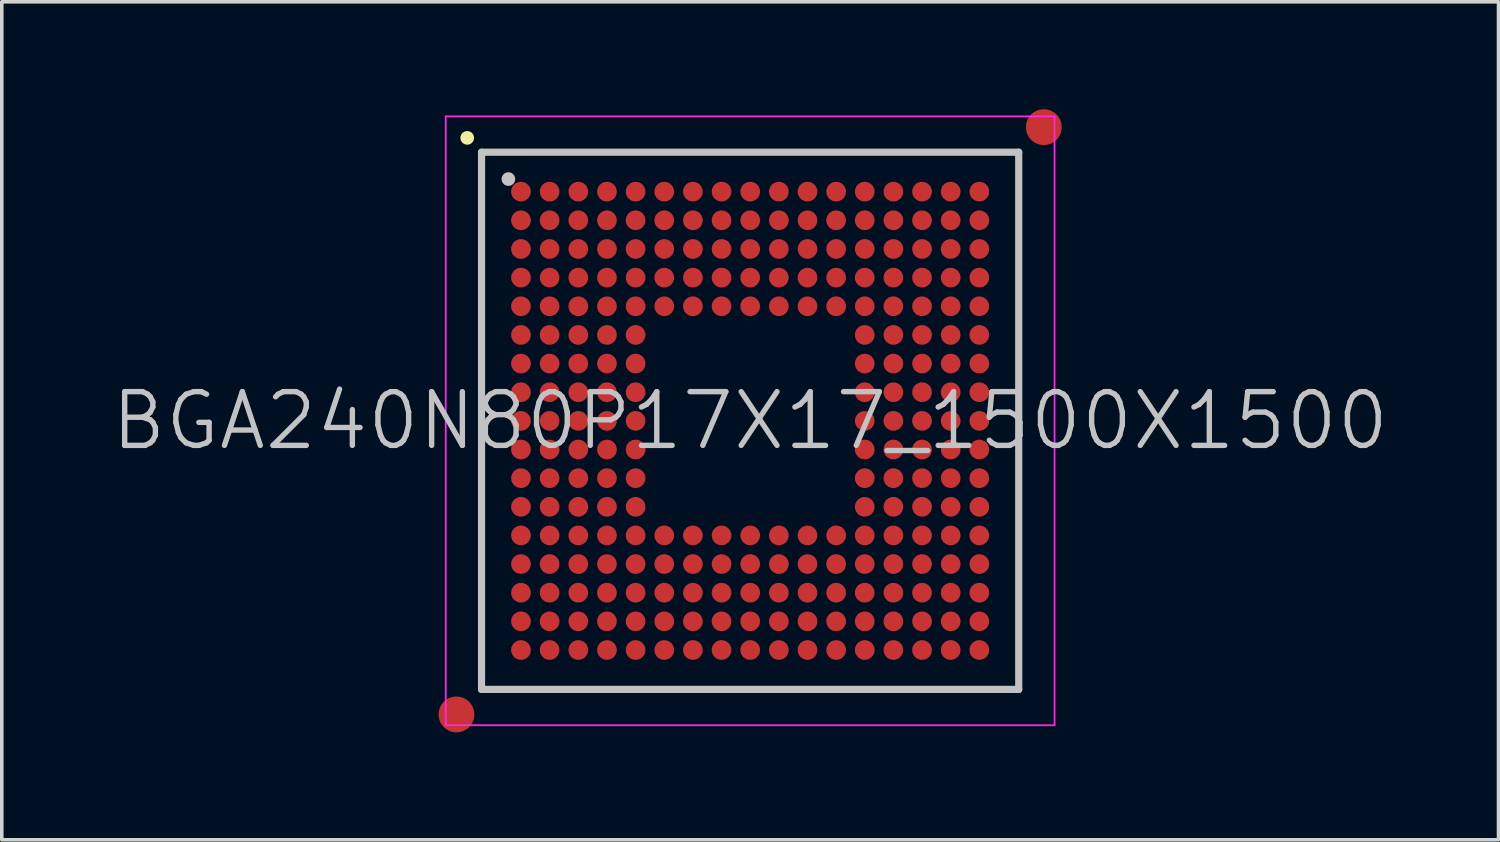
<source format=kicad_pcb>
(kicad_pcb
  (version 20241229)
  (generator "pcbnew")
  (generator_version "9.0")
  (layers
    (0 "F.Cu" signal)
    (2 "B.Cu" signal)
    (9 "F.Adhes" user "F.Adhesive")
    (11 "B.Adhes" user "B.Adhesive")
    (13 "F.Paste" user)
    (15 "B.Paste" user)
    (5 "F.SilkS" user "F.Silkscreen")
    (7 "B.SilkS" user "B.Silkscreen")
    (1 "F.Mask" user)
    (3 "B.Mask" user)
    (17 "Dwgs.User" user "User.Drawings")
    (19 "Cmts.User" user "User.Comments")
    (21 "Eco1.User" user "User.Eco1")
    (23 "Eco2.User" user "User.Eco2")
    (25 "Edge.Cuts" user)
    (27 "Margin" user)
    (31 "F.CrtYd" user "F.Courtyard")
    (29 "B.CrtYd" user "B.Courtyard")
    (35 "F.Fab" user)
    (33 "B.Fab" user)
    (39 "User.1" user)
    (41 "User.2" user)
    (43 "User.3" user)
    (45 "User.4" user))
  (footprint "BGA240N80P17X17_1500X1500"
    (layer "F.Cu")
    (at 17.896 8.7)
    (property "Reference" "BGA240N80P17X17_1500X1500" (at 0 0 0) (layer "Dwgs.User") (effects (font (size 1.5 1.5) (thickness 0.15))))
    (attr smd)
    (fp_line (start -7.9 -7.9) (end -7.9 -7.9) (stroke (width 0.381) (type solid)) (layer "F.SilkS"))
    (fp_line (start -7.5 -7.5) (end -7.5 7.5) (stroke (width 0.2) (type solid)) (layer "Dwgs.User"))
    (fp_line (start -7.5 -7.5) (end 7.5 -7.5) (stroke (width 0.2) (type solid)) (layer "Dwgs.User"))
    (fp_line (start -7.5 7.5) (end 7.5 7.5) (stroke (width 0.2) (type solid)) (layer "Dwgs.User"))
    (fp_line (start -6.75 -6.75) (end -6.75 -6.75) (stroke (width 0.381) (type solid)) (layer "Dwgs.User"))
    (fp_line (start 7.5 -7.5) (end 7.5 7.5) (stroke (width 0.2) (type solid)) (layer "Dwgs.User"))
    (fp_line (start -8.5 -8.5) (end -8.5 8.5) (stroke (width 0.05) (type solid)) (layer "F.CrtYd"))
    (fp_line (start -8.5 -8.5) (end 8.5 -8.5) (stroke (width 0.05) (type solid)) (layer "F.CrtYd"))
    (fp_line (start -8.5 8.5) (end 8.5 8.5) (stroke (width 0.05) (type solid)) (layer "F.CrtYd"))
    (fp_line (start 8.5 -8.5) (end 8.5 8.5) (stroke (width 0.05) (type solid)) (layer "F.CrtYd"))
    (pad "" smd circle (at -8.2 8.2) (size 1 1) (layers "F.Cu" "F.Mask"))
    (pad "" smd circle (at 8.2 -8.2) (size 1 1) (layers "F.Cu" "F.Mask"))
    (pad "A1" smd circle (at -6.399 -6.399) (size 0.55 0.55) (layers "F.Cu" "F.Mask" "F.Paste"))
    (pad "A2" smd circle (at -5.599 -6.399) (size 0.55 0.55) (layers "F.Cu" "F.Mask" "F.Paste"))
    (pad "A3" smd circle (at -4.798 -6.399) (size 0.55 0.55) (layers "F.Cu" "F.Mask" "F.Paste"))
    (pad "A4" smd circle (at -3.998 -6.399) (size 0.55 0.55) (layers "F.Cu" "F.Mask" "F.Paste"))
    (pad "A5" smd circle (at -3.198 -6.399) (size 0.55 0.55) (layers "F.Cu" "F.Mask" "F.Paste"))
    (pad "A6" smd circle (at -2.398 -6.399) (size 0.55 0.55) (layers "F.Cu" "F.Mask" "F.Paste"))
    (pad "A7" smd circle (at -1.598 -6.399) (size 0.55 0.55) (layers "F.Cu" "F.Mask" "F.Paste"))
    (pad "A8" smd circle (at -0.798 -6.399) (size 0.55 0.55) (layers "F.Cu" "F.Mask" "F.Paste"))
    (pad "A9" smd circle (at 0.002 -6.399) (size 0.55 0.55) (layers "F.Cu" "F.Mask" "F.Paste"))
    (pad "A10" smd circle (at 0.802 -6.399) (size 0.55 0.55) (layers "F.Cu" "F.Mask" "F.Paste"))
    (pad "A11" smd circle (at 1.602 -6.399) (size 0.55 0.55) (layers "F.Cu" "F.Mask" "F.Paste"))
    (pad "A12" smd circle (at 2.402 -6.399) (size 0.55 0.55) (layers "F.Cu" "F.Mask" "F.Paste"))
    (pad "A13" smd circle (at 3.2 -6.399) (size 0.55 0.55) (layers "F.Cu" "F.Mask" "F.Paste"))
    (pad "A14" smd circle (at 4 -6.399) (size 0.55 0.55) (layers "F.Cu" "F.Mask" "F.Paste"))
    (pad "A15" smd circle (at 4.8 -6.399) (size 0.55 0.55) (layers "F.Cu" "F.Mask" "F.Paste"))
    (pad "A16" smd circle (at 5.6 -6.399) (size 0.55 0.55) (layers "F.Cu" "F.Mask" "F.Paste"))
    (pad "A17" smd circle (at 6.4 -6.399) (size 0.55 0.55) (layers "F.Cu" "F.Mask" "F.Paste"))
    (pad "B1" smd circle (at -6.399 -5.599) (size 0.55 0.55) (layers "F.Cu" "F.Mask" "F.Paste"))
    (pad "B2" smd circle (at -5.599 -5.599) (size 0.55 0.55) (layers "F.Cu" "F.Mask" "F.Paste"))
    (pad "B3" smd circle (at -4.798 -5.599) (size 0.55 0.55) (layers "F.Cu" "F.Mask" "F.Paste"))
    (pad "B4" smd circle (at -3.998 -5.599) (size 0.55 0.55) (layers "F.Cu" "F.Mask" "F.Paste"))
    (pad "B5" smd circle (at -3.198 -5.599) (size 0.55 0.55) (layers "F.Cu" "F.Mask" "F.Paste"))
    (pad "B6" smd circle (at -2.398 -5.599) (size 0.55 0.55) (layers "F.Cu" "F.Mask" "F.Paste"))
    (pad "B7" smd circle (at -1.598 -5.599) (size 0.55 0.55) (layers "F.Cu" "F.Mask" "F.Paste"))
    (pad "B8" smd circle (at -0.798 -5.599) (size 0.55 0.55) (layers "F.Cu" "F.Mask" "F.Paste"))
    (pad "B9" smd circle (at 0.002 -5.599) (size 0.55 0.55) (layers "F.Cu" "F.Mask" "F.Paste"))
    (pad "B10" smd circle (at 0.802 -5.599) (size 0.55 0.55) (layers "F.Cu" "F.Mask" "F.Paste"))
    (pad "B11" smd circle (at 1.602 -5.599) (size 0.55 0.55) (layers "F.Cu" "F.Mask" "F.Paste"))
    (pad "B12" smd circle (at 2.402 -5.599) (size 0.55 0.55) (layers "F.Cu" "F.Mask" "F.Paste"))
    (pad "B13" smd circle (at 3.2 -5.599) (size 0.55 0.55) (layers "F.Cu" "F.Mask" "F.Paste"))
    (pad "B14" smd circle (at 4 -5.599) (size 0.55 0.55) (layers "F.Cu" "F.Mask" "F.Paste"))
    (pad "B15" smd circle (at 4.8 -5.599) (size 0.55 0.55) (layers "F.Cu" "F.Mask" "F.Paste"))
    (pad "B16" smd circle (at 5.6 -5.599) (size 0.55 0.55) (layers "F.Cu" "F.Mask" "F.Paste"))
    (pad "B17" smd circle (at 6.4 -5.599) (size 0.55 0.55) (layers "F.Cu" "F.Mask" "F.Paste"))
    (pad "C1" smd circle (at -6.399 -4.798) (size 0.55 0.55) (layers "F.Cu" "F.Mask" "F.Paste"))
    (pad "C2" smd circle (at -5.599 -4.798) (size 0.55 0.55) (layers "F.Cu" "F.Mask" "F.Paste"))
    (pad "C3" smd circle (at -4.798 -4.798) (size 0.55 0.55) (layers "F.Cu" "F.Mask" "F.Paste"))
    (pad "C4" smd circle (at -3.998 -4.798) (size 0.55 0.55) (layers "F.Cu" "F.Mask" "F.Paste"))
    (pad "C5" smd circle (at -3.198 -4.798) (size 0.55 0.55) (layers "F.Cu" "F.Mask" "F.Paste"))
    (pad "C6" smd circle (at -2.398 -4.798) (size 0.55 0.55) (layers "F.Cu" "F.Mask" "F.Paste"))
    (pad "C7" smd circle (at -1.598 -4.798) (size 0.55 0.55) (layers "F.Cu" "F.Mask" "F.Paste"))
    (pad "C8" smd circle (at -0.798 -4.798) (size 0.55 0.55) (layers "F.Cu" "F.Mask" "F.Paste"))
    (pad "C9" smd circle (at 0.002 -4.798) (size 0.55 0.55) (layers "F.Cu" "F.Mask" "F.Paste"))
    (pad "C10" smd circle (at 0.802 -4.798) (size 0.55 0.55) (layers "F.Cu" "F.Mask" "F.Paste"))
    (pad "C11" smd circle (at 1.602 -4.798) (size 0.55 0.55) (layers "F.Cu" "F.Mask" "F.Paste"))
    (pad "C12" smd circle (at 2.402 -4.798) (size 0.55 0.55) (layers "F.Cu" "F.Mask" "F.Paste"))
    (pad "C13" smd circle (at 3.2 -4.798) (size 0.55 0.55) (layers "F.Cu" "F.Mask" "F.Paste"))
    (pad "C14" smd circle (at 4 -4.798) (size 0.55 0.55) (layers "F.Cu" "F.Mask" "F.Paste"))
    (pad "C15" smd circle (at 4.8 -4.798) (size 0.55 0.55) (layers "F.Cu" "F.Mask" "F.Paste"))
    (pad "C16" smd circle (at 5.6 -4.798) (size 0.55 0.55) (layers "F.Cu" "F.Mask" "F.Paste"))
    (pad "C17" smd circle (at 6.4 -4.798) (size 0.55 0.55) (layers "F.Cu" "F.Mask" "F.Paste"))
    (pad "D1" smd circle (at -6.399 -3.998) (size 0.55 0.55) (layers "F.Cu" "F.Mask" "F.Paste"))
    (pad "D2" smd circle (at -5.599 -3.998) (size 0.55 0.55) (layers "F.Cu" "F.Mask" "F.Paste"))
    (pad "D3" smd circle (at -4.798 -3.998) (size 0.55 0.55) (layers "F.Cu" "F.Mask" "F.Paste"))
    (pad "D4" smd circle (at -3.998 -3.998) (size 0.55 0.55) (layers "F.Cu" "F.Mask" "F.Paste"))
    (pad "D5" smd circle (at -3.198 -3.998) (size 0.55 0.55) (layers "F.Cu" "F.Mask" "F.Paste"))
    (pad "D6" smd circle (at -2.398 -3.998) (size 0.55 0.55) (layers "F.Cu" "F.Mask" "F.Paste"))
    (pad "D7" smd circle (at -1.598 -3.998) (size 0.55 0.55) (layers "F.Cu" "F.Mask" "F.Paste"))
    (pad "D8" smd circle (at -0.798 -3.998) (size 0.55 0.55) (layers "F.Cu" "F.Mask" "F.Paste"))
    (pad "D9" smd circle (at 0.002 -3.998) (size 0.55 0.55) (layers "F.Cu" "F.Mask" "F.Paste"))
    (pad "D10" smd circle (at 0.802 -3.998) (size 0.55 0.55) (layers "F.Cu" "F.Mask" "F.Paste"))
    (pad "D11" smd circle (at 1.602 -3.998) (size 0.55 0.55) (layers "F.Cu" "F.Mask" "F.Paste"))
    (pad "D12" smd circle (at 2.402 -3.998) (size 0.55 0.55) (layers "F.Cu" "F.Mask" "F.Paste"))
    (pad "D13" smd circle (at 3.2 -3.998) (size 0.55 0.55) (layers "F.Cu" "F.Mask" "F.Paste"))
    (pad "D14" smd circle (at 4 -3.998) (size 0.55 0.55) (layers "F.Cu" "F.Mask" "F.Paste"))
    (pad "D15" smd circle (at 4.8 -3.998) (size 0.55 0.55) (layers "F.Cu" "F.Mask" "F.Paste"))
    (pad "D16" smd circle (at 5.6 -3.998) (size 0.55 0.55) (layers "F.Cu" "F.Mask" "F.Paste"))
    (pad "D17" smd circle (at 6.4 -3.998) (size 0.55 0.55) (layers "F.Cu" "F.Mask" "F.Paste"))
    (pad "E1" smd circle (at -6.399 -3.198) (size 0.55 0.55) (layers "F.Cu" "F.Mask" "F.Paste"))
    (pad "E2" smd circle (at -5.599 -3.198) (size 0.55 0.55) (layers "F.Cu" "F.Mask" "F.Paste"))
    (pad "E3" smd circle (at -4.798 -3.198) (size 0.55 0.55) (layers "F.Cu" "F.Mask" "F.Paste"))
    (pad "E4" smd circle (at -3.998 -3.198) (size 0.55 0.55) (layers "F.Cu" "F.Mask" "F.Paste"))
    (pad "E5" smd circle (at -3.198 -3.198) (size 0.55 0.55) (layers "F.Cu" "F.Mask" "F.Paste"))
    (pad "E6" smd circle (at -2.398 -3.198) (size 0.55 0.55) (layers "F.Cu" "F.Mask" "F.Paste"))
    (pad "E7" smd circle (at -1.598 -3.198) (size 0.55 0.55) (layers "F.Cu" "F.Mask" "F.Paste"))
    (pad "E8" smd circle (at -0.798 -3.198) (size 0.55 0.55) (layers "F.Cu" "F.Mask" "F.Paste"))
    (pad "E9" smd circle (at 0.002 -3.198) (size 0.55 0.55) (layers "F.Cu" "F.Mask" "F.Paste"))
    (pad "E10" smd circle (at 0.802 -3.198) (size 0.55 0.55) (layers "F.Cu" "F.Mask" "F.Paste"))
    (pad "E11" smd circle (at 1.602 -3.198) (size 0.55 0.55) (layers "F.Cu" "F.Mask" "F.Paste"))
    (pad "E12" smd circle (at 2.402 -3.198) (size 0.55 0.55) (layers "F.Cu" "F.Mask" "F.Paste"))
    (pad "E13" smd circle (at 3.2 -3.198) (size 0.55 0.55) (layers "F.Cu" "F.Mask" "F.Paste"))
    (pad "E14" smd circle (at 4 -3.198) (size 0.55 0.55) (layers "F.Cu" "F.Mask" "F.Paste"))
    (pad "E15" smd circle (at 4.8 -3.198) (size 0.55 0.55) (layers "F.Cu" "F.Mask" "F.Paste"))
    (pad "E16" smd circle (at 5.6 -3.198) (size 0.55 0.55) (layers "F.Cu" "F.Mask" "F.Paste"))
    (pad "E17" smd circle (at 6.4 -3.198) (size 0.55 0.55) (layers "F.Cu" "F.Mask" "F.Paste"))
    (pad "F1" smd circle (at -6.399 -2.398) (size 0.55 0.55) (layers "F.Cu" "F.Mask" "F.Paste"))
    (pad "F2" smd circle (at -5.599 -2.398) (size 0.55 0.55) (layers "F.Cu" "F.Mask" "F.Paste"))
    (pad "F3" smd circle (at -4.798 -2.398) (size 0.55 0.55) (layers "F.Cu" "F.Mask" "F.Paste"))
    (pad "F4" smd circle (at -3.998 -2.398) (size 0.55 0.55) (layers "F.Cu" "F.Mask" "F.Paste"))
    (pad "F5" smd circle (at -3.198 -2.398) (size 0.55 0.55) (layers "F.Cu" "F.Mask" "F.Paste"))
    (pad "F13" smd circle (at 3.2 -2.398) (size 0.55 0.55) (layers "F.Cu" "F.Mask" "F.Paste"))
    (pad "F14" smd circle (at 4 -2.398) (size 0.55 0.55) (layers "F.Cu" "F.Mask" "F.Paste"))
    (pad "F15" smd circle (at 4.8 -2.398) (size 0.55 0.55) (layers "F.Cu" "F.Mask" "F.Paste"))
    (pad "F16" smd circle (at 5.6 -2.398) (size 0.55 0.55) (layers "F.Cu" "F.Mask" "F.Paste"))
    (pad "F17" smd circle (at 6.4 -2.398) (size 0.55 0.55) (layers "F.Cu" "F.Mask" "F.Paste"))
    (pad "G1" smd circle (at -6.399 -1.598) (size 0.55 0.55) (layers "F.Cu" "F.Mask" "F.Paste"))
    (pad "G2" smd circle (at -5.599 -1.598) (size 0.55 0.55) (layers "F.Cu" "F.Mask" "F.Paste"))
    (pad "G3" smd circle (at -4.798 -1.598) (size 0.55 0.55) (layers "F.Cu" "F.Mask" "F.Paste"))
    (pad "G4" smd circle (at -3.998 -1.598) (size 0.55 0.55) (layers "F.Cu" "F.Mask" "F.Paste"))
    (pad "G5" smd circle (at -3.198 -1.598) (size 0.55 0.55) (layers "F.Cu" "F.Mask" "F.Paste"))
    (pad "G13" smd circle (at 3.2 -1.598) (size 0.55 0.55) (layers "F.Cu" "F.Mask" "F.Paste"))
    (pad "G14" smd circle (at 4 -1.598) (size 0.55 0.55) (layers "F.Cu" "F.Mask" "F.Paste"))
    (pad "G15" smd circle (at 4.8 -1.598) (size 0.55 0.55) (layers "F.Cu" "F.Mask" "F.Paste"))
    (pad "G16" smd circle (at 5.6 -1.598) (size 0.55 0.55) (layers "F.Cu" "F.Mask" "F.Paste"))
    (pad "G17" smd circle (at 6.4 -1.598) (size 0.55 0.55) (layers "F.Cu" "F.Mask" "F.Paste"))
    (pad "H1" smd circle (at -6.399 -0.798) (size 0.55 0.55) (layers "F.Cu" "F.Mask" "F.Paste"))
    (pad "H2" smd circle (at -5.599 -0.798) (size 0.55 0.55) (layers "F.Cu" "F.Mask" "F.Paste"))
    (pad "H3" smd circle (at -4.798 -0.798) (size 0.55 0.55) (layers "F.Cu" "F.Mask" "F.Paste"))
    (pad "H4" smd circle (at -3.998 -0.798) (size 0.55 0.55) (layers "F.Cu" "F.Mask" "F.Paste"))
    (pad "H5" smd circle (at -3.198 -0.798) (size 0.55 0.55) (layers "F.Cu" "F.Mask" "F.Paste"))
    (pad "H13" smd circle (at 3.2 -0.798) (size 0.55 0.55) (layers "F.Cu" "F.Mask" "F.Paste"))
    (pad "H14" smd circle (at 4 -0.798) (size 0.55 0.55) (layers "F.Cu" "F.Mask" "F.Paste"))
    (pad "H15" smd circle (at 4.8 -0.798) (size 0.55 0.55) (layers "F.Cu" "F.Mask" "F.Paste"))
    (pad "H16" smd circle (at 5.6 -0.798) (size 0.55 0.55) (layers "F.Cu" "F.Mask" "F.Paste"))
    (pad "H17" smd circle (at 6.4 -0.798) (size 0.55 0.55) (layers "F.Cu" "F.Mask" "F.Paste"))
    (pad "J1" smd circle (at -6.399 0.002) (size 0.55 0.55) (layers "F.Cu" "F.Mask" "F.Paste"))
    (pad "J2" smd circle (at -5.599 0.002) (size 0.55 0.55) (layers "F.Cu" "F.Mask" "F.Paste"))
    (pad "J3" smd circle (at -4.798 0.002) (size 0.55 0.55) (layers "F.Cu" "F.Mask" "F.Paste"))
    (pad "J4" smd circle (at -3.998 0.002) (size 0.55 0.55) (layers "F.Cu" "F.Mask" "F.Paste"))
    (pad "J5" smd circle (at -3.198 0.002) (size 0.55 0.55) (layers "F.Cu" "F.Mask" "F.Paste"))
    (pad "J13" smd circle (at 3.2 0.002) (size 0.55 0.55) (layers "F.Cu" "F.Mask" "F.Paste"))
    (pad "J14" smd circle (at 4 0.002) (size 0.55 0.55) (layers "F.Cu" "F.Mask" "F.Paste"))
    (pad "J15" smd circle (at 4.8 0.002) (size 0.55 0.55) (layers "F.Cu" "F.Mask" "F.Paste"))
    (pad "J16" smd circle (at 5.6 0.002) (size 0.55 0.55) (layers "F.Cu" "F.Mask" "F.Paste"))
    (pad "J17" smd circle (at 6.4 0.002) (size 0.55 0.55) (layers "F.Cu" "F.Mask" "F.Paste"))
    (pad "K1" smd circle (at -6.399 0.802) (size 0.55 0.55) (layers "F.Cu" "F.Mask" "F.Paste"))
    (pad "K2" smd circle (at -5.599 0.802) (size 0.55 0.55) (layers "F.Cu" "F.Mask" "F.Paste"))
    (pad "K3" smd circle (at -4.798 0.802) (size 0.55 0.55) (layers "F.Cu" "F.Mask" "F.Paste"))
    (pad "K4" smd circle (at -3.998 0.802) (size 0.55 0.55) (layers "F.Cu" "F.Mask" "F.Paste"))
    (pad "K5" smd circle (at -3.198 0.802) (size 0.55 0.55) (layers "F.Cu" "F.Mask" "F.Paste"))
    (pad "K13" smd circle (at 3.2 0.802) (size 0.55 0.55) (layers "F.Cu" "F.Mask" "F.Paste"))
    (pad "K14" smd circle (at 4 0.802) (size 0.55 0.55) (layers "F.Cu" "F.Mask" "F.Paste"))
    (pad "K15" smd circle (at 4.8 0.802) (size 0.55 0.55) (layers "F.Cu" "F.Mask" "F.Paste"))
    (pad "K16" smd circle (at 5.6 0.802) (size 0.55 0.55) (layers "F.Cu" "F.Mask" "F.Paste"))
    (pad "K17" smd circle (at 6.4 0.802) (size 0.55 0.55) (layers "F.Cu" "F.Mask" "F.Paste"))
    (pad "L1" smd circle (at -6.399 1.602) (size 0.55 0.55) (layers "F.Cu" "F.Mask" "F.Paste"))
    (pad "L2" smd circle (at -5.599 1.602) (size 0.55 0.55) (layers "F.Cu" "F.Mask" "F.Paste"))
    (pad "L3" smd circle (at -4.798 1.602) (size 0.55 0.55) (layers "F.Cu" "F.Mask" "F.Paste"))
    (pad "L4" smd circle (at -3.998 1.602) (size 0.55 0.55) (layers "F.Cu" "F.Mask" "F.Paste"))
    (pad "L5" smd circle (at -3.198 1.602) (size 0.55 0.55) (layers "F.Cu" "F.Mask" "F.Paste"))
    (pad "L13" smd circle (at 3.2 1.602) (size 0.55 0.55) (layers "F.Cu" "F.Mask" "F.Paste"))
    (pad "L14" smd circle (at 4 1.602) (size 0.55 0.55) (layers "F.Cu" "F.Mask" "F.Paste"))
    (pad "L15" smd circle (at 4.8 1.602) (size 0.55 0.55) (layers "F.Cu" "F.Mask" "F.Paste"))
    (pad "L16" smd circle (at 5.6 1.602) (size 0.55 0.55) (layers "F.Cu" "F.Mask" "F.Paste"))
    (pad "L17" smd circle (at 6.4 1.602) (size 0.55 0.55) (layers "F.Cu" "F.Mask" "F.Paste"))
    (pad "M1" smd circle (at -6.399 2.402) (size 0.55 0.55) (layers "F.Cu" "F.Mask" "F.Paste"))
    (pad "M2" smd circle (at -5.599 2.402) (size 0.55 0.55) (layers "F.Cu" "F.Mask" "F.Paste"))
    (pad "M3" smd circle (at -4.798 2.402) (size 0.55 0.55) (layers "F.Cu" "F.Mask" "F.Paste"))
    (pad "M4" smd circle (at -3.998 2.402) (size 0.55 0.55) (layers "F.Cu" "F.Mask" "F.Paste"))
    (pad "M5" smd circle (at -3.198 2.402) (size 0.55 0.55) (layers "F.Cu" "F.Mask" "F.Paste"))
    (pad "M13" smd circle (at 3.2 2.402) (size 0.55 0.55) (layers "F.Cu" "F.Mask" "F.Paste"))
    (pad "M14" smd circle (at 4 2.402) (size 0.55 0.55) (layers "F.Cu" "F.Mask" "F.Paste"))
    (pad "M15" smd circle (at 4.8 2.402) (size 0.55 0.55) (layers "F.Cu" "F.Mask" "F.Paste"))
    (pad "M16" smd circle (at 5.6 2.402) (size 0.55 0.55) (layers "F.Cu" "F.Mask" "F.Paste"))
    (pad "M17" smd circle (at 6.4 2.402) (size 0.55 0.55) (layers "F.Cu" "F.Mask" "F.Paste"))
    (pad "N1" smd circle (at -6.399 3.2) (size 0.55 0.55) (layers "F.Cu" "F.Mask" "F.Paste"))
    (pad "N2" smd circle (at -5.599 3.2) (size 0.55 0.55) (layers "F.Cu" "F.Mask" "F.Paste"))
    (pad "N3" smd circle (at -4.798 3.2) (size 0.55 0.55) (layers "F.Cu" "F.Mask" "F.Paste"))
    (pad "N4" smd circle (at -3.998 3.2) (size 0.55 0.55) (layers "F.Cu" "F.Mask" "F.Paste"))
    (pad "N5" smd circle (at -3.198 3.2) (size 0.55 0.55) (layers "F.Cu" "F.Mask" "F.Paste"))
    (pad "N6" smd circle (at -2.398 3.2) (size 0.55 0.55) (layers "F.Cu" "F.Mask" "F.Paste"))
    (pad "N7" smd circle (at -1.598 3.2) (size 0.55 0.55) (layers "F.Cu" "F.Mask" "F.Paste"))
    (pad "N8" smd circle (at -0.798 3.2) (size 0.55 0.55) (layers "F.Cu" "F.Mask" "F.Paste"))
    (pad "N9" smd circle (at 0.002 3.2) (size 0.55 0.55) (layers "F.Cu" "F.Mask" "F.Paste"))
    (pad "N10" smd circle (at 0.802 3.2) (size 0.55 0.55) (layers "F.Cu" "F.Mask" "F.Paste"))
    (pad "N11" smd circle (at 1.602 3.2) (size 0.55 0.55) (layers "F.Cu" "F.Mask" "F.Paste"))
    (pad "N12" smd circle (at 2.402 3.2) (size 0.55 0.55) (layers "F.Cu" "F.Mask" "F.Paste"))
    (pad "N13" smd circle (at 3.2 3.2) (size 0.55 0.55) (layers "F.Cu" "F.Mask" "F.Paste"))
    (pad "N14" smd circle (at 4 3.2) (size 0.55 0.55) (layers "F.Cu" "F.Mask" "F.Paste"))
    (pad "N15" smd circle (at 4.8 3.2) (size 0.55 0.55) (layers "F.Cu" "F.Mask" "F.Paste"))
    (pad "N16" smd circle (at 5.6 3.2) (size 0.55 0.55) (layers "F.Cu" "F.Mask" "F.Paste"))
    (pad "N17" smd circle (at 6.4 3.2) (size 0.55 0.55) (layers "F.Cu" "F.Mask" "F.Paste"))
    (pad "P1" smd circle (at -6.399 4) (size 0.55 0.55) (layers "F.Cu" "F.Mask" "F.Paste"))
    (pad "P2" smd circle (at -5.599 4) (size 0.55 0.55) (layers "F.Cu" "F.Mask" "F.Paste"))
    (pad "P3" smd circle (at -4.798 4) (size 0.55 0.55) (layers "F.Cu" "F.Mask" "F.Paste"))
    (pad "P4" smd circle (at -3.998 4) (size 0.55 0.55) (layers "F.Cu" "F.Mask" "F.Paste"))
    (pad "P5" smd circle (at -3.198 4) (size 0.55 0.55) (layers "F.Cu" "F.Mask" "F.Paste"))
    (pad "P6" smd circle (at -2.398 4) (size 0.55 0.55) (layers "F.Cu" "F.Mask" "F.Paste"))
    (pad "P7" smd circle (at -1.598 4) (size 0.55 0.55) (layers "F.Cu" "F.Mask" "F.Paste"))
    (pad "P8" smd circle (at -0.798 4) (size 0.55 0.55) (layers "F.Cu" "F.Mask" "F.Paste"))
    (pad "P9" smd circle (at 0.002 4) (size 0.55 0.55) (layers "F.Cu" "F.Mask" "F.Paste"))
    (pad "P10" smd circle (at 0.802 4) (size 0.55 0.55) (layers "F.Cu" "F.Mask" "F.Paste"))
    (pad "P11" smd circle (at 1.602 4) (size 0.55 0.55) (layers "F.Cu" "F.Mask" "F.Paste"))
    (pad "P12" smd circle (at 2.402 4) (size 0.55 0.55) (layers "F.Cu" "F.Mask" "F.Paste"))
    (pad "P13" smd circle (at 3.2 4) (size 0.55 0.55) (layers "F.Cu" "F.Mask" "F.Paste"))
    (pad "P14" smd circle (at 4 4) (size 0.55 0.55) (layers "F.Cu" "F.Mask" "F.Paste"))
    (pad "P15" smd circle (at 4.8 4) (size 0.55 0.55) (layers "F.Cu" "F.Mask" "F.Paste"))
    (pad "P16" smd circle (at 5.6 4) (size 0.55 0.55) (layers "F.Cu" "F.Mask" "F.Paste"))
    (pad "P17" smd circle (at 6.4 4) (size 0.55 0.55) (layers "F.Cu" "F.Mask" "F.Paste"))
    (pad "R1" smd circle (at -6.399 4.8) (size 0.55 0.55) (layers "F.Cu" "F.Mask" "F.Paste"))
    (pad "R2" smd circle (at -5.599 4.8) (size 0.55 0.55) (layers "F.Cu" "F.Mask" "F.Paste"))
    (pad "R3" smd circle (at -4.798 4.8) (size 0.55 0.55) (layers "F.Cu" "F.Mask" "F.Paste"))
    (pad "R4" smd circle (at -3.998 4.8) (size 0.55 0.55) (layers "F.Cu" "F.Mask" "F.Paste"))
    (pad "R5" smd circle (at -3.198 4.8) (size 0.55 0.55) (layers "F.Cu" "F.Mask" "F.Paste"))
    (pad "R6" smd circle (at -2.398 4.8) (size 0.55 0.55) (layers "F.Cu" "F.Mask" "F.Paste"))
    (pad "R7" smd circle (at -1.598 4.8) (size 0.55 0.55) (layers "F.Cu" "F.Mask" "F.Paste"))
    (pad "R8" smd circle (at -0.798 4.8) (size 0.55 0.55) (layers "F.Cu" "F.Mask" "F.Paste"))
    (pad "R9" smd circle (at 0.002 4.8) (size 0.55 0.55) (layers "F.Cu" "F.Mask" "F.Paste"))
    (pad "R10" smd circle (at 0.802 4.8) (size 0.55 0.55) (layers "F.Cu" "F.Mask" "F.Paste"))
    (pad "R11" smd circle (at 1.602 4.8) (size 0.55 0.55) (layers "F.Cu" "F.Mask" "F.Paste"))
    (pad "R12" smd circle (at 2.402 4.8) (size 0.55 0.55) (layers "F.Cu" "F.Mask" "F.Paste"))
    (pad "R13" smd circle (at 3.2 4.8) (size 0.55 0.55) (layers "F.Cu" "F.Mask" "F.Paste"))
    (pad "R14" smd circle (at 4 4.8) (size 0.55 0.55) (layers "F.Cu" "F.Mask" "F.Paste"))
    (pad "R15" smd circle (at 4.8 4.8) (size 0.55 0.55) (layers "F.Cu" "F.Mask" "F.Paste"))
    (pad "R16" smd circle (at 5.6 4.8) (size 0.55 0.55) (layers "F.Cu" "F.Mask" "F.Paste"))
    (pad "R17" smd circle (at 6.4 4.8) (size 0.55 0.55) (layers "F.Cu" "F.Mask" "F.Paste"))
    (pad "T1" smd circle (at -6.399 5.6) (size 0.55 0.55) (layers "F.Cu" "F.Mask" "F.Paste"))
    (pad "T2" smd circle (at -5.599 5.6) (size 0.55 0.55) (layers "F.Cu" "F.Mask" "F.Paste"))
    (pad "T3" smd circle (at -4.798 5.6) (size 0.55 0.55) (layers "F.Cu" "F.Mask" "F.Paste"))
    (pad "T4" smd circle (at -3.998 5.6) (size 0.55 0.55) (layers "F.Cu" "F.Mask" "F.Paste"))
    (pad "T5" smd circle (at -3.198 5.6) (size 0.55 0.55) (layers "F.Cu" "F.Mask" "F.Paste"))
    (pad "T6" smd circle (at -2.398 5.6) (size 0.55 0.55) (layers "F.Cu" "F.Mask" "F.Paste"))
    (pad "T7" smd circle (at -1.598 5.6) (size 0.55 0.55) (layers "F.Cu" "F.Mask" "F.Paste"))
    (pad "T8" smd circle (at -0.798 5.6) (size 0.55 0.55) (layers "F.Cu" "F.Mask" "F.Paste"))
    (pad "T9" smd circle (at 0.002 5.6) (size 0.55 0.55) (layers "F.Cu" "F.Mask" "F.Paste"))
    (pad "T10" smd circle (at 0.802 5.6) (size 0.55 0.55) (layers "F.Cu" "F.Mask" "F.Paste"))
    (pad "T11" smd circle (at 1.602 5.6) (size 0.55 0.55) (layers "F.Cu" "F.Mask" "F.Paste"))
    (pad "T12" smd circle (at 2.402 5.6) (size 0.55 0.55) (layers "F.Cu" "F.Mask" "F.Paste"))
    (pad "T13" smd circle (at 3.2 5.6) (size 0.55 0.55) (layers "F.Cu" "F.Mask" "F.Paste"))
    (pad "T14" smd circle (at 4 5.6) (size 0.55 0.55) (layers "F.Cu" "F.Mask" "F.Paste"))
    (pad "T15" smd circle (at 4.8 5.6) (size 0.55 0.55) (layers "F.Cu" "F.Mask" "F.Paste"))
    (pad "T16" smd circle (at 5.6 5.6) (size 0.55 0.55) (layers "F.Cu" "F.Mask" "F.Paste"))
    (pad "T17" smd circle (at 6.4 5.6) (size 0.55 0.55) (layers "F.Cu" "F.Mask" "F.Paste"))
    (pad "U1" smd circle (at -6.399 6.4) (size 0.55 0.55) (layers "F.Cu" "F.Mask" "F.Paste"))
    (pad "U2" smd circle (at -5.599 6.4) (size 0.55 0.55) (layers "F.Cu" "F.Mask" "F.Paste"))
    (pad "U3" smd circle (at -4.798 6.4) (size 0.55 0.55) (layers "F.Cu" "F.Mask" "F.Paste"))
    (pad "U4" smd circle (at -3.998 6.4) (size 0.55 0.55) (layers "F.Cu" "F.Mask" "F.Paste"))
    (pad "U5" smd circle (at -3.198 6.4) (size 0.55 0.55) (layers "F.Cu" "F.Mask" "F.Paste"))
    (pad "U6" smd circle (at -2.398 6.4) (size 0.55 0.55) (layers "F.Cu" "F.Mask" "F.Paste"))
    (pad "U7" smd circle (at -1.598 6.4) (size 0.55 0.55) (layers "F.Cu" "F.Mask" "F.Paste"))
    (pad "U8" smd circle (at -0.798 6.4) (size 0.55 0.55) (layers "F.Cu" "F.Mask" "F.Paste"))
    (pad "U9" smd circle (at 0.002 6.4) (size 0.55 0.55) (layers "F.Cu" "F.Mask" "F.Paste"))
    (pad "U10" smd circle (at 0.802 6.4) (size 0.55 0.55) (layers "F.Cu" "F.Mask" "F.Paste"))
    (pad "U11" smd circle (at 1.602 6.4) (size 0.55 0.55) (layers "F.Cu" "F.Mask" "F.Paste"))
    (pad "U12" smd circle (at 2.402 6.4) (size 0.55 0.55) (layers "F.Cu" "F.Mask" "F.Paste"))
    (pad "U13" smd circle (at 3.2 6.4) (size 0.55 0.55) (layers "F.Cu" "F.Mask" "F.Paste"))
    (pad "U14" smd circle (at 4 6.4) (size 0.55 0.55) (layers "F.Cu" "F.Mask" "F.Paste"))
    (pad "U15" smd circle (at 4.8 6.4) (size 0.55 0.55) (layers "F.Cu" "F.Mask" "F.Paste"))
    (pad "U16" smd circle (at 5.6 6.4) (size 0.55 0.55) (layers "F.Cu" "F.Mask" "F.Paste"))
    (pad "U17" smd circle (at 6.4 6.4) (size 0.55 0.55) (layers "F.Cu" "F.Mask" "F.Paste")))
  (gr_rect
    (start -3 -3)
    (end 38.793 20.4)
    (stroke (width 0.1) (type default))
    (fill no)
    (layer "Edge.Cuts")))
</source>
